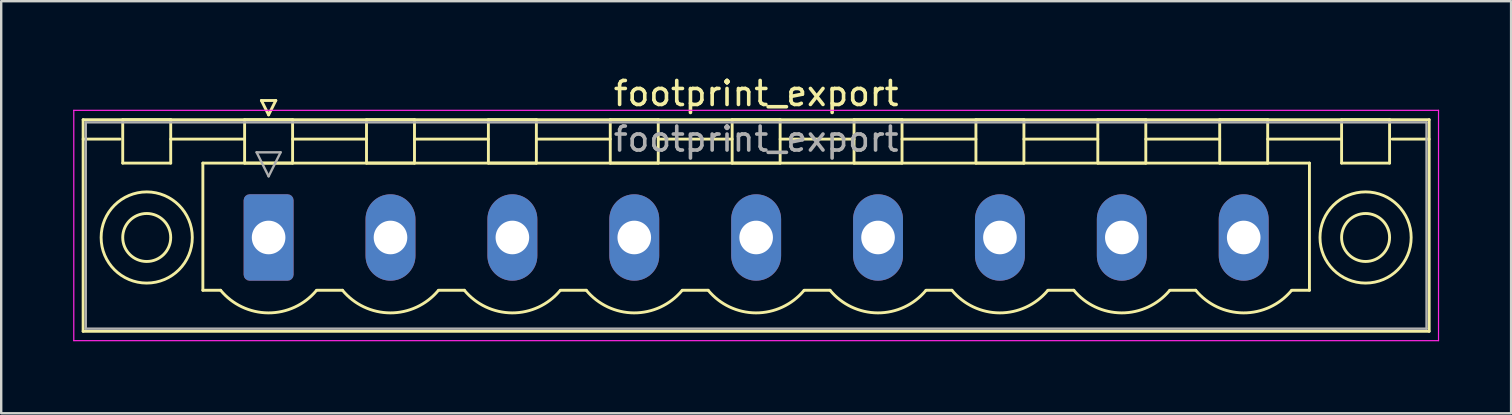
<source format=kicad_pcb>
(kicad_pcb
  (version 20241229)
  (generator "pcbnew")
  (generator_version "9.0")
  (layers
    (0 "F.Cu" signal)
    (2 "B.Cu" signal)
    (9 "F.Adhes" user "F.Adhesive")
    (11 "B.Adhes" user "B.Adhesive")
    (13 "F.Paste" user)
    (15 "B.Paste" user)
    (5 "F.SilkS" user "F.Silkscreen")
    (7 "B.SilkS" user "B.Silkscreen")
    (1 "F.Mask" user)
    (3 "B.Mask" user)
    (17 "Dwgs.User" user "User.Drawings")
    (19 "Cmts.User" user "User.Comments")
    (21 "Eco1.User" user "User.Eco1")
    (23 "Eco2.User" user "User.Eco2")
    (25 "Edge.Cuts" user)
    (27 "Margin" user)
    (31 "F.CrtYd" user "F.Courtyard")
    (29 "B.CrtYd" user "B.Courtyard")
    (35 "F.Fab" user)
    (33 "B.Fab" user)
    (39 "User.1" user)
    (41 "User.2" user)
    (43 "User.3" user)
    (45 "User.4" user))
  (footprint "footprint_export"
    (layer "F.Cu")
    (at 8.145 6.848)
    (property "Reference" "footprint_export" (at 20.32 -6 0) (layer "F.SilkS") (effects (font (size 1 1) (thickness 0.15))))
    (attr through_hole)
    (fp_line (start -7.73 -4.91) (end -7.73 3.91) (stroke (width 0.12) (type solid)) (layer "F.SilkS"))
    (fp_line (start -7.73 -4.1) (end -6.19 -4.1) (stroke (width 0.12) (type solid)) (layer "F.SilkS"))
    (fp_line (start -7.73 3.91) (end 48.37 3.91) (stroke (width 0.12) (type solid)) (layer "F.SilkS"))
    (fp_line (start -6.08 -4.91) (end -4.08 -4.91) (stroke (width 0.12) (type solid)) (layer "F.SilkS"))
    (fp_line (start -6.08 -3.1) (end -6.08 -4.91) (stroke (width 0.12) (type solid)) (layer "F.SilkS"))
    (fp_line (start -4.08 -4.91) (end -4.08 -3.1) (stroke (width 0.12) (type solid)) (layer "F.SilkS"))
    (fp_line (start -4.08 -4.1) (end -1 -4.1) (stroke (width 0.12) (type solid)) (layer "F.SilkS"))
    (fp_line (start -4.08 -3.1) (end -6.08 -3.1) (stroke (width 0.12) (type solid)) (layer "F.SilkS"))
    (fp_line (start -2.74 -3.1) (end 43.38 -3.1) (stroke (width 0.12) (type solid)) (layer "F.SilkS"))
    (fp_line (start -2.74 2.2) (end -2.74 -3.1) (stroke (width 0.12) (type solid)) (layer "F.SilkS"))
    (fp_line (start -2 2.2) (end -2.74 2.2) (stroke (width 0.12) (type solid)) (layer "F.SilkS"))
    (fp_line (start -1 -4.91) (end 1 -4.91) (stroke (width 0.12) (type solid)) (layer "F.SilkS"))
    (fp_line (start -1 -3.1) (end -1 -4.91) (stroke (width 0.12) (type solid)) (layer "F.SilkS"))
    (fp_line (start -0.3 -5.71) (end 0.3 -5.71) (stroke (width 0.12) (type solid)) (layer "F.SilkS"))
    (fp_line (start 0 -5.11) (end -0.3 -5.71) (stroke (width 0.12) (type solid)) (layer "F.SilkS"))
    (fp_line (start 0.3 -5.71) (end 0 -5.11) (stroke (width 0.12) (type solid)) (layer "F.SilkS"))
    (fp_line (start 1 -4.91) (end 1 -3.1) (stroke (width 0.12) (type solid)) (layer "F.SilkS"))
    (fp_line (start 1 -4.1) (end 4.08 -4.1) (stroke (width 0.12) (type solid)) (layer "F.SilkS"))
    (fp_line (start 1 -3.1) (end -1 -3.1) (stroke (width 0.12) (type solid)) (layer "F.SilkS"))
    (fp_line (start 2 2.2) (end 3.08 2.2) (stroke (width 0.12) (type solid)) (layer "F.SilkS"))
    (fp_line (start 4.08 -4.91) (end 6.08 -4.91) (stroke (width 0.12) (type solid)) (layer "F.SilkS"))
    (fp_line (start 4.08 -3.1) (end 4.08 -4.91) (stroke (width 0.12) (type solid)) (layer "F.SilkS"))
    (fp_line (start 6.08 -4.91) (end 6.08 -3.1) (stroke (width 0.12) (type solid)) (layer "F.SilkS"))
    (fp_line (start 6.08 -4.1) (end 9.16 -4.1) (stroke (width 0.12) (type solid)) (layer "F.SilkS"))
    (fp_line (start 6.08 -3.1) (end 4.08 -3.1) (stroke (width 0.12) (type solid)) (layer "F.SilkS"))
    (fp_line (start 7.08 2.2) (end 8.16 2.2) (stroke (width 0.12) (type solid)) (layer "F.SilkS"))
    (fp_line (start 9.16 -4.91) (end 11.16 -4.91) (stroke (width 0.12) (type solid)) (layer "F.SilkS"))
    (fp_line (start 9.16 -3.1) (end 9.16 -4.91) (stroke (width 0.12) (type solid)) (layer "F.SilkS"))
    (fp_line (start 11.16 -4.91) (end 11.16 -3.1) (stroke (width 0.12) (type solid)) (layer "F.SilkS"))
    (fp_line (start 11.16 -4.1) (end 14.24 -4.1) (stroke (width 0.12) (type solid)) (layer "F.SilkS"))
    (fp_line (start 11.16 -3.1) (end 9.16 -3.1) (stroke (width 0.12) (type solid)) (layer "F.SilkS"))
    (fp_line (start 12.16 2.2) (end 13.24 2.2) (stroke (width 0.12) (type solid)) (layer "F.SilkS"))
    (fp_line (start 14.24 -4.91) (end 16.24 -4.91) (stroke (width 0.12) (type solid)) (layer "F.SilkS"))
    (fp_line (start 14.24 -3.1) (end 14.24 -4.91) (stroke (width 0.12) (type solid)) (layer "F.SilkS"))
    (fp_line (start 16.24 -4.91) (end 16.24 -3.1) (stroke (width 0.12) (type solid)) (layer "F.SilkS"))
    (fp_line (start 16.24 -4.1) (end 19.32 -4.1) (stroke (width 0.12) (type solid)) (layer "F.SilkS"))
    (fp_line (start 16.24 -3.1) (end 14.24 -3.1) (stroke (width 0.12) (type solid)) (layer "F.SilkS"))
    (fp_line (start 17.24 2.2) (end 18.32 2.2) (stroke (width 0.12) (type solid)) (layer "F.SilkS"))
    (fp_line (start 19.32 -4.91) (end 21.32 -4.91) (stroke (width 0.12) (type solid)) (layer "F.SilkS"))
    (fp_line (start 19.32 -3.1) (end 19.32 -4.91) (stroke (width 0.12) (type solid)) (layer "F.SilkS"))
    (fp_line (start 21.32 -4.91) (end 21.32 -3.1) (stroke (width 0.12) (type solid)) (layer "F.SilkS"))
    (fp_line (start 21.32 -4.1) (end 24.4 -4.1) (stroke (width 0.12) (type solid)) (layer "F.SilkS"))
    (fp_line (start 21.32 -3.1) (end 19.32 -3.1) (stroke (width 0.12) (type solid)) (layer "F.SilkS"))
    (fp_line (start 22.32 2.2) (end 23.4 2.2) (stroke (width 0.12) (type solid)) (layer "F.SilkS"))
    (fp_line (start 24.4 -4.91) (end 26.4 -4.91) (stroke (width 0.12) (type solid)) (layer "F.SilkS"))
    (fp_line (start 24.4 -3.1) (end 24.4 -4.91) (stroke (width 0.12) (type solid)) (layer "F.SilkS"))
    (fp_line (start 26.4 -4.91) (end 26.4 -3.1) (stroke (width 0.12) (type solid)) (layer "F.SilkS"))
    (fp_line (start 26.4 -4.1) (end 29.48 -4.1) (stroke (width 0.12) (type solid)) (layer "F.SilkS"))
    (fp_line (start 26.4 -3.1) (end 24.4 -3.1) (stroke (width 0.12) (type solid)) (layer "F.SilkS"))
    (fp_line (start 27.4 2.2) (end 28.48 2.2) (stroke (width 0.12) (type solid)) (layer "F.SilkS"))
    (fp_line (start 29.48 -4.91) (end 31.48 -4.91) (stroke (width 0.12) (type solid)) (layer "F.SilkS"))
    (fp_line (start 29.48 -3.1) (end 29.48 -4.91) (stroke (width 0.12) (type solid)) (layer "F.SilkS"))
    (fp_line (start 31.48 -4.91) (end 31.48 -3.1) (stroke (width 0.12) (type solid)) (layer "F.SilkS"))
    (fp_line (start 31.48 -4.1) (end 34.56 -4.1) (stroke (width 0.12) (type solid)) (layer "F.SilkS"))
    (fp_line (start 31.48 -3.1) (end 29.48 -3.1) (stroke (width 0.12) (type solid)) (layer "F.SilkS"))
    (fp_line (start 32.48 2.2) (end 33.56 2.2) (stroke (width 0.12) (type solid)) (layer "F.SilkS"))
    (fp_line (start 34.56 -4.91) (end 36.56 -4.91) (stroke (width 0.12) (type solid)) (layer "F.SilkS"))
    (fp_line (start 34.56 -3.1) (end 34.56 -4.91) (stroke (width 0.12) (type solid)) (layer "F.SilkS"))
    (fp_line (start 36.56 -4.91) (end 36.56 -3.1) (stroke (width 0.12) (type solid)) (layer "F.SilkS"))
    (fp_line (start 36.56 -4.1) (end 39.64 -4.1) (stroke (width 0.12) (type solid)) (layer "F.SilkS"))
    (fp_line (start 36.56 -3.1) (end 34.56 -3.1) (stroke (width 0.12) (type solid)) (layer "F.SilkS"))
    (fp_line (start 37.56 2.2) (end 38.64 2.2) (stroke (width 0.12) (type solid)) (layer "F.SilkS"))
    (fp_line (start 39.64 -4.91) (end 41.64 -4.91) (stroke (width 0.12) (type solid)) (layer "F.SilkS"))
    (fp_line (start 39.64 -3.1) (end 39.64 -4.91) (stroke (width 0.12) (type solid)) (layer "F.SilkS"))
    (fp_line (start 41.64 -4.91) (end 41.64 -3.1) (stroke (width 0.12) (type solid)) (layer "F.SilkS"))
    (fp_line (start 41.64 -4.1) (end 44.72 -4.1) (stroke (width 0.12) (type solid)) (layer "F.SilkS"))
    (fp_line (start 41.64 -3.1) (end 39.64 -3.1) (stroke (width 0.12) (type solid)) (layer "F.SilkS"))
    (fp_line (start 43.38 -3.1) (end 43.38 2.2) (stroke (width 0.12) (type solid)) (layer "F.SilkS"))
    (fp_line (start 43.38 2.2) (end 42.64 2.2) (stroke (width 0.12) (type solid)) (layer "F.SilkS"))
    (fp_line (start 44.72 -4.91) (end 46.72 -4.91) (stroke (width 0.12) (type solid)) (layer "F.SilkS"))
    (fp_line (start 44.72 -3.1) (end 44.72 -4.91) (stroke (width 0.12) (type solid)) (layer "F.SilkS"))
    (fp_line (start 46.72 -4.91) (end 46.72 -3.1) (stroke (width 0.12) (type solid)) (layer "F.SilkS"))
    (fp_line (start 46.72 -3.1) (end 44.72 -3.1) (stroke (width 0.12) (type solid)) (layer "F.SilkS"))
    (fp_line (start 48.37 -4.91) (end -7.73 -4.91) (stroke (width 0.12) (type solid)) (layer "F.SilkS"))
    (fp_line (start 48.37 -4.1) (end 46.83 -4.1) (stroke (width 0.12) (type solid)) (layer "F.SilkS"))
    (fp_line (start 48.37 3.91) (end 48.37 -4.91) (stroke (width 0.12) (type solid)) (layer "F.SilkS"))
    (fp_arc (start 1.986842 2.215821) (mid -0.010289 3.142758) (end -2 2.2) (stroke (width 0.12) (type solid)) (layer "F.SilkS"))
    (fp_arc (start 7.066842 2.215821) (mid 5.069711 3.142758) (end 3.08 2.2) (stroke (width 0.12) (type solid)) (layer "F.SilkS"))
    (fp_arc (start 12.146842 2.215821) (mid 10.149711 3.142758) (end 8.16 2.2) (stroke (width 0.12) (type solid)) (layer "F.SilkS"))
    (fp_arc (start 17.226842 2.215821) (mid 15.229711 3.142758) (end 13.24 2.2) (stroke (width 0.12) (type solid)) (layer "F.SilkS"))
    (fp_arc (start 22.306842 2.215821) (mid 20.309711 3.142758) (end 18.32 2.2) (stroke (width 0.12) (type solid)) (layer "F.SilkS"))
    (fp_arc (start 27.386842 2.215821) (mid 25.389711 3.142758) (end 23.4 2.2) (stroke (width 0.12) (type solid)) (layer "F.SilkS"))
    (fp_arc (start 32.466842 2.215821) (mid 30.469711 3.142758) (end 28.48 2.2) (stroke (width 0.12) (type solid)) (layer "F.SilkS"))
    (fp_arc (start 37.546842 2.215821) (mid 35.549711 3.142758) (end 33.56 2.2) (stroke (width 0.12) (type solid)) (layer "F.SilkS"))
    (fp_arc (start 42.626842 2.215821) (mid 40.629711 3.142758) (end 38.64 2.2) (stroke (width 0.12) (type solid)) (layer "F.SilkS"))
    (fp_circle (center -5.08 0) (end -4.08 0) (stroke (width 0.12) (type solid)) (fill no) (layer "F.SilkS"))
    (fp_circle (center -5.08 0) (end -3.18 0) (stroke (width 0.12) (type solid)) (fill no) (layer "F.SilkS"))
    (fp_circle (center 45.72 0) (end 46.72 0) (stroke (width 0.12) (type solid)) (fill no) (layer "F.SilkS"))
    (fp_circle (center 45.72 0) (end 47.62 0) (stroke (width 0.12) (type solid)) (fill no) (layer "F.SilkS"))
    (fp_line (start -8.12 -5.3) (end -8.12 4.3) (stroke (width 0.05) (type solid)) (layer "F.CrtYd"))
    (fp_line (start -8.12 4.3) (end 48.76 4.3) (stroke (width 0.05) (type solid)) (layer "F.CrtYd"))
    (fp_line (start 48.76 -5.3) (end -8.12 -5.3) (stroke (width 0.05) (type solid)) (layer "F.CrtYd"))
    (fp_line (start 48.76 4.3) (end 48.76 -5.3) (stroke (width 0.05) (type solid)) (layer "F.CrtYd"))
    (fp_line (start -7.62 -4.8) (end -7.62 3.8) (stroke (width 0.1) (type solid)) (layer "F.Fab"))
    (fp_line (start -7.62 3.8) (end 48.26 3.8) (stroke (width 0.1) (type solid)) (layer "F.Fab"))
    (fp_line (start -0.5 -3.55) (end 0.5 -3.55) (stroke (width 0.1) (type solid)) (layer "F.Fab"))
    (fp_line (start 0 -2.55) (end -0.5 -3.55) (stroke (width 0.1) (type solid)) (layer "F.Fab"))
    (fp_line (start 0.5 -3.55) (end 0 -2.55) (stroke (width 0.1) (type solid)) (layer "F.Fab"))
    (fp_line (start 48.26 -4.8) (end -7.62 -4.8) (stroke (width 0.1) (type solid)) (layer "F.Fab"))
    (fp_line (start 48.26 3.8) (end 48.26 -4.8) (stroke (width 0.1) (type solid)) (layer "F.Fab"))
    (fp_text user "${REFERENCE}" (at 20.32 -4.1 0) (layer "F.Fab") (effects (font (size 1 1) (thickness 0.15))))
    (pad "1" thru_hole roundrect (at 0 0) (size 2.08 3.6) (drill 1.4) (layers "*.Cu" "*.Mask") (roundrect_rratio 0.12))
    (pad "2" thru_hole oval (at 5.08 0) (size 2.08 3.6) (drill 1.4) (layers "*.Cu" "*.Mask"))
    (pad "3" thru_hole oval (at 10.16 0) (size 2.08 3.6) (drill 1.4) (layers "*.Cu" "*.Mask"))
    (pad "4" thru_hole oval (at 15.24 0) (size 2.08 3.6) (drill 1.4) (layers "*.Cu" "*.Mask"))
    (pad "5" thru_hole oval (at 20.32 0) (size 2.08 3.6) (drill 1.4) (layers "*.Cu" "*.Mask"))
    (pad "6" thru_hole oval (at 25.4 0) (size 2.08 3.6) (drill 1.4) (layers "*.Cu" "*.Mask"))
    (pad "7" thru_hole oval (at 30.48 0) (size 2.08 3.6) (drill 1.4) (layers "*.Cu" "*.Mask"))
    (pad "8" thru_hole oval (at 35.56 0) (size 2.08 3.6) (drill 1.4) (layers "*.Cu" "*.Mask"))
    (pad "9" thru_hole oval (at 40.64 0) (size 2.08 3.6) (drill 1.4) (layers "*.Cu" "*.Mask")))
  (gr_rect
    (start -3 -3)
    (end 59.93 14.173)
    (stroke (width 0.1) (type default))
    (fill no)
    (layer "Edge.Cuts")))
</source>
